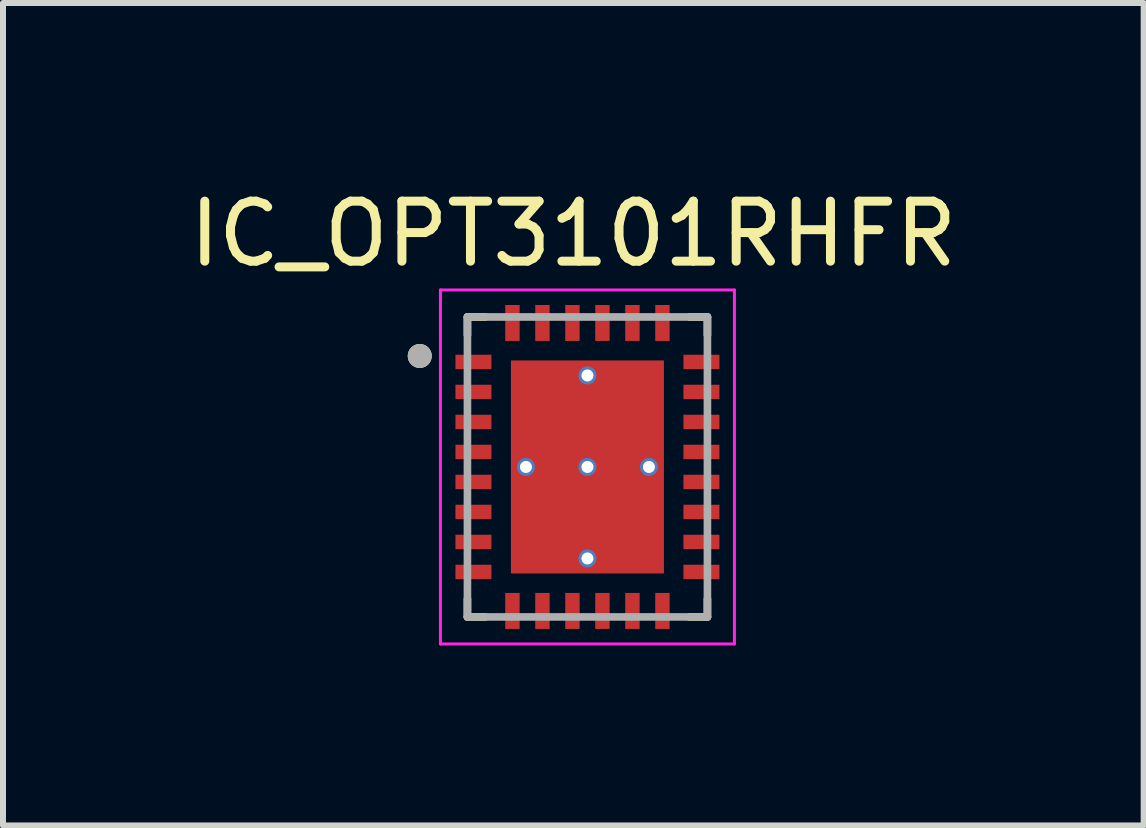
<source format=kicad_pcb>
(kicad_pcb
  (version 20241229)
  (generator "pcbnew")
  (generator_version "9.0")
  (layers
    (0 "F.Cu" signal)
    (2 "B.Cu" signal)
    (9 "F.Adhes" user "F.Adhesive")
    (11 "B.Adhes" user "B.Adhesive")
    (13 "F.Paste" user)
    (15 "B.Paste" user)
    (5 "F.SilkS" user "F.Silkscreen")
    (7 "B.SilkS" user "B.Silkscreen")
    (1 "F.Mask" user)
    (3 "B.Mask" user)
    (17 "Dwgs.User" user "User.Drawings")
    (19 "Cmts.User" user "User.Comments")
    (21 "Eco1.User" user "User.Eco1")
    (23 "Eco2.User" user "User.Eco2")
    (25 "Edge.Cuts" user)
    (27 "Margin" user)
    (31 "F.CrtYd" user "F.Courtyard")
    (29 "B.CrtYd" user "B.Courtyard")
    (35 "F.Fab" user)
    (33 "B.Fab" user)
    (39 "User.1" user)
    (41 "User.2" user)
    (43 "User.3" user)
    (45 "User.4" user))
  (footprint "IC_OPT3101RHFR"
    (layer "F.Cu")
    (at 6.741 4.733)
    (property "Reference" "IC_OPT3101RHFR" (at -0.235 -3.885 0) (layer "F.SilkS") (effects (font (size 1 1) (thickness 0.15))))
    (attr smd)
    (fp_line (start -2 -2.5) (end -2 -2.2) (stroke (width 0.127) (type solid)) (layer "F.SilkS"))
    (fp_line (start -2 -2.5) (end -1.7 -2.5) (stroke (width 0.127) (type solid)) (layer "F.SilkS"))
    (fp_line (start -2 2.5) (end -2 2.2) (stroke (width 0.127) (type solid)) (layer "F.SilkS"))
    (fp_line (start -2 2.5) (end -1.7 2.5) (stroke (width 0.127) (type solid)) (layer "F.SilkS"))
    (fp_line (start 2 -2.5) (end 1.7 -2.5) (stroke (width 0.127) (type solid)) (layer "F.SilkS"))
    (fp_line (start 2 -2.5) (end 2 -2.2) (stroke (width 0.127) (type solid)) (layer "F.SilkS"))
    (fp_line (start 2 2.5) (end 1.7 2.5) (stroke (width 0.127) (type solid)) (layer "F.SilkS"))
    (fp_line (start 2 2.5) (end 2 2.2) (stroke (width 0.127) (type solid)) (layer "F.SilkS"))
    (fp_circle (center -2.795 -1.85) (end -2.695 -1.85) (stroke (width 0.2) (type solid)) (fill no) (layer "F.SilkS"))
    (fp_poly (pts (xy -1.23 -1.63) (xy -0.1 -1.63) (xy -0.1 -0.1) (xy -1.23 -0.1)) (stroke (width 0.01) (type solid)) (fill yes) (layer "F.Paste"))
    (fp_poly (pts (xy -1.23 0.1) (xy -0.1 0.1) (xy -0.1 1.63) (xy -1.23 1.63)) (stroke (width 0.01) (type solid)) (fill yes) (layer "F.Paste"))
    (fp_poly (pts (xy 0.1 -1.63) (xy 1.23 -1.63) (xy 1.23 -0.1) (xy 0.1 -0.1)) (stroke (width 0.01) (type solid)) (fill yes) (layer "F.Paste"))
    (fp_poly (pts (xy 0.1 0.1) (xy 1.23 0.1) (xy 1.23 1.63) (xy 0.1 1.63)) (stroke (width 0.01) (type solid)) (fill yes) (layer "F.Paste"))
    (fp_line (start -2.45 -2.95) (end 2.45 -2.95) (stroke (width 0.05) (type solid)) (layer "F.CrtYd"))
    (fp_line (start -2.45 2.95) (end -2.45 -2.95) (stroke (width 0.05) (type solid)) (layer "F.CrtYd"))
    (fp_line (start -2.45 2.95) (end 2.45 2.95) (stroke (width 0.05) (type solid)) (layer "F.CrtYd"))
    (fp_line (start 2.45 2.95) (end 2.45 -2.95) (stroke (width 0.05) (type solid)) (layer "F.CrtYd"))
    (fp_line (start -2 2.5) (end -2 -2.5) (stroke (width 0.127) (type solid)) (layer "F.Fab"))
    (fp_line (start 2 -2.5) (end -2 -2.5) (stroke (width 0.127) (type solid)) (layer "F.Fab"))
    (fp_line (start 2 2.5) (end -2 2.5) (stroke (width 0.127) (type solid)) (layer "F.Fab"))
    (fp_line (start 2 2.5) (end 2 -2.5) (stroke (width 0.127) (type solid)) (layer "F.Fab"))
    (fp_circle (center -2.795 -1.85) (end -2.695 -1.85) (stroke (width 0.2) (type solid)) (fill no) (layer "F.Fab"))
    (pad "1" smd roundrect (at -1.9 -1.75) (size 0.6 0.24) (layers "F.Cu" "F.Mask" "F.Paste") (roundrect_rratio 0.01))
    (pad "2" smd roundrect (at -1.9 -1.25) (size 0.6 0.24) (layers "F.Cu" "F.Mask" "F.Paste") (roundrect_rratio 0.01))
    (pad "3" smd roundrect (at -1.9 -0.75) (size 0.6 0.24) (layers "F.Cu" "F.Mask" "F.Paste") (roundrect_rratio 0.01))
    (pad "4" smd roundrect (at -1.9 -0.25) (size 0.6 0.24) (layers "F.Cu" "F.Mask" "F.Paste") (roundrect_rratio 0.01))
    (pad "5" smd roundrect (at -1.9 0.25) (size 0.6 0.24) (layers "F.Cu" "F.Mask" "F.Paste") (roundrect_rratio 0.01))
    (pad "6" smd roundrect (at -1.9 0.75) (size 0.6 0.24) (layers "F.Cu" "F.Mask" "F.Paste") (roundrect_rratio 0.01))
    (pad "7" smd roundrect (at -1.9 1.25) (size 0.6 0.24) (layers "F.Cu" "F.Mask" "F.Paste") (roundrect_rratio 0.01))
    (pad "8" smd roundrect (at -1.9 1.75) (size 0.6 0.24) (layers "F.Cu" "F.Mask" "F.Paste") (roundrect_rratio 0.01))
    (pad "9" smd roundrect (at -1.25 2.4) (size 0.24 0.6) (layers "F.Cu" "F.Mask" "F.Paste") (roundrect_rratio 0.01))
    (pad "10" smd roundrect (at -0.75 2.4) (size 0.24 0.6) (layers "F.Cu" "F.Mask" "F.Paste") (roundrect_rratio 0.01))
    (pad "11" smd roundrect (at -0.25 2.4) (size 0.24 0.6) (layers "F.Cu" "F.Mask" "F.Paste") (roundrect_rratio 0.01))
    (pad "12" smd roundrect (at 0.25 2.4) (size 0.24 0.6) (layers "F.Cu" "F.Mask" "F.Paste") (roundrect_rratio 0.01))
    (pad "13" smd roundrect (at 0.75 2.4) (size 0.24 0.6) (layers "F.Cu" "F.Mask" "F.Paste") (roundrect_rratio 0.01))
    (pad "14" smd roundrect (at 1.25 2.4) (size 0.24 0.6) (layers "F.Cu" "F.Mask" "F.Paste") (roundrect_rratio 0.01))
    (pad "15" smd roundrect (at 1.9 1.75) (size 0.6 0.24) (layers "F.Cu" "F.Mask" "F.Paste") (roundrect_rratio 0.01))
    (pad "16" smd roundrect (at 1.9 1.25) (size 0.6 0.24) (layers "F.Cu" "F.Mask" "F.Paste") (roundrect_rratio 0.01))
    (pad "17" smd roundrect (at 1.9 0.75) (size 0.6 0.24) (layers "F.Cu" "F.Mask" "F.Paste") (roundrect_rratio 0.01))
    (pad "18" smd roundrect (at 1.9 0.25) (size 0.6 0.24) (layers "F.Cu" "F.Mask" "F.Paste") (roundrect_rratio 0.01))
    (pad "19" smd roundrect (at 1.9 -0.25) (size 0.6 0.24) (layers "F.Cu" "F.Mask" "F.Paste") (roundrect_rratio 0.01))
    (pad "20" smd roundrect (at 1.9 -0.75) (size 0.6 0.24) (layers "F.Cu" "F.Mask" "F.Paste") (roundrect_rratio 0.01))
    (pad "21" smd roundrect (at 1.9 -1.25) (size 0.6 0.24) (layers "F.Cu" "F.Mask" "F.Paste") (roundrect_rratio 0.01))
    (pad "22" smd roundrect (at 1.9 -1.75) (size 0.6 0.24) (layers "F.Cu" "F.Mask" "F.Paste") (roundrect_rratio 0.01))
    (pad "23" smd roundrect (at 1.25 -2.4) (size 0.24 0.6) (layers "F.Cu" "F.Mask" "F.Paste") (roundrect_rratio 0.01))
    (pad "24" smd roundrect (at 0.75 -2.4) (size 0.24 0.6) (layers "F.Cu" "F.Mask" "F.Paste") (roundrect_rratio 0.01))
    (pad "25" smd roundrect (at 0.25 -2.4) (size 0.24 0.6) (layers "F.Cu" "F.Mask" "F.Paste") (roundrect_rratio 0.01))
    (pad "26" smd roundrect (at -0.25 -2.4) (size 0.24 0.6) (layers "F.Cu" "F.Mask" "F.Paste") (roundrect_rratio 0.01))
    (pad "27" smd roundrect (at -0.75 -2.4) (size 0.24 0.6) (layers "F.Cu" "F.Mask" "F.Paste") (roundrect_rratio 0.01))
    (pad "28" smd roundrect (at -1.25 -2.4) (size 0.24 0.6) (layers "F.Cu" "F.Mask" "F.Paste") (roundrect_rratio 0.01))
    (pad "29" smd rect (at 0 0) (size 2.55 3.55) (layers "F.Cu" "F.Mask"))
    (pad "30" thru_hole circle (at -1.025 0) (size 0.3 0.3) (drill 0.2) (layers "*.Cu" "*.Mask"))
    (pad "31" thru_hole circle (at 0 0) (size 0.3 0.3) (drill 0.2) (layers "*.Cu" "*.Mask"))
    (pad "32" thru_hole circle (at 1.025 0) (size 0.3 0.3) (drill 0.2) (layers "*.Cu" "*.Mask"))
    (pad "33" thru_hole circle (at 0 -1.525) (size 0.3 0.3) (drill 0.2) (layers "*.Cu" "*.Mask"))
    (pad "34" thru_hole circle (at 0 1.525) (size 0.3 0.3) (drill 0.2) (layers "*.Cu" "*.Mask")))
  (gr_rect
    (start -3 -3)
    (end 16.012 10.708)
    (stroke (width 0.1) (type default))
    (fill no)
    (layer "Edge.Cuts")))
</source>
